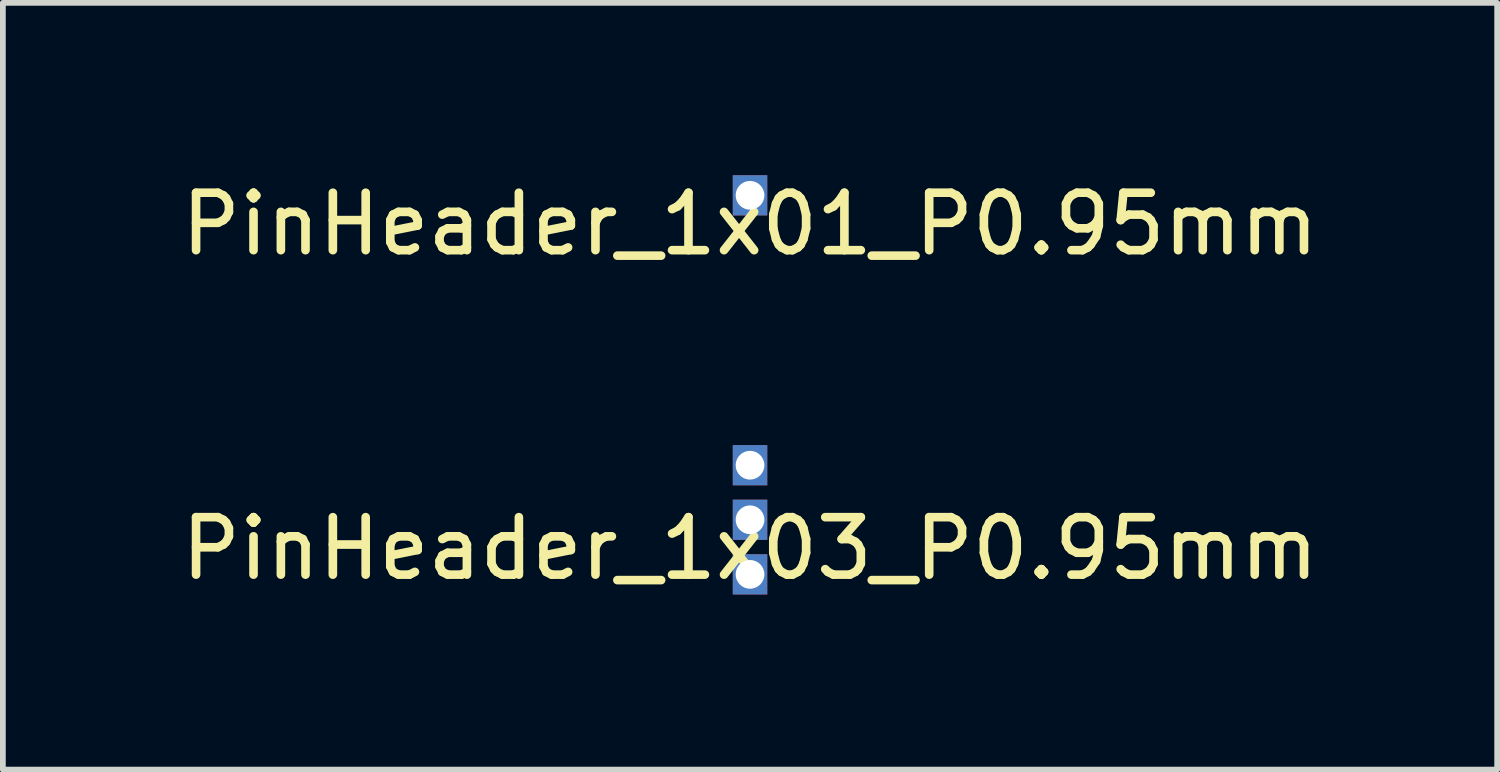
<source format=kicad_pcb>
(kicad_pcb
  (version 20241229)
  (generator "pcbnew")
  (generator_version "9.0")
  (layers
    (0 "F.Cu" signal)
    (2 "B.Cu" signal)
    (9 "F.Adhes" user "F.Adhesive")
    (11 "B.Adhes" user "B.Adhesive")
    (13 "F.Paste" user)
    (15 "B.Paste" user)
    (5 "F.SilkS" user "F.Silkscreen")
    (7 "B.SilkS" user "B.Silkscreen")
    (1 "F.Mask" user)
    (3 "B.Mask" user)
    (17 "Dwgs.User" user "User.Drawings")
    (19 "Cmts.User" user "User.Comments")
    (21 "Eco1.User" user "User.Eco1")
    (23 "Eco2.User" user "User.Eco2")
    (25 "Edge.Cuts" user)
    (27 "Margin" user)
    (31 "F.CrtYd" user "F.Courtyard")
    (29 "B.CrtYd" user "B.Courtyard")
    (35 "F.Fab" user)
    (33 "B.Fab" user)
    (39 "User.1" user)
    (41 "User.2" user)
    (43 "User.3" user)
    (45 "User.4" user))
  (footprint "PinHeader_1x01_P0.95mm"
    (layer "F.Cu")
    (at 10.006 0.35)
    (property "Reference" "PinHeader_1x01_P0.95mm" (at 0 0.5 0) (layer "F.SilkS") (effects (font (size 1 1) (thickness 0.15))))
    (attr through_hole)
    (pad "1" thru_hole rect (at 0 0) (size 0.6 0.7) (drill 0.5) (layers "*.Cu" "*.Mask")))
  (footprint "PinHeader_1x03_P0.95mm"
    (layer "F.Cu")
    (at 10.006 5.998)
    (property "Reference" "PinHeader_1x03_P0.95mm" (at 0 0.5 0) (layer "F.SilkS") (effects (font (size 1 1) (thickness 0.15))))
    (attr through_hole)
    (pad "1" thru_hole rect (at 0 -0.95) (size 0.6 0.7) (drill 0.5) (layers "*.Cu" "*.Mask"))
    (pad "2" thru_hole rect (at 0 0) (size 0.6 0.7) (drill 0.5) (layers "*.Cu" "*.Mask"))
    (pad "3" thru_hole rect (at 0 0.95) (size 0.6 0.7) (drill 0.5) (layers "*.Cu" "*.Mask")))
  (gr_rect
    (start -3 -3)
    (end 23.012 10.347)
    (stroke (width 0.1) (type default))
    (fill no)
    (layer "Edge.Cuts")))
</source>
